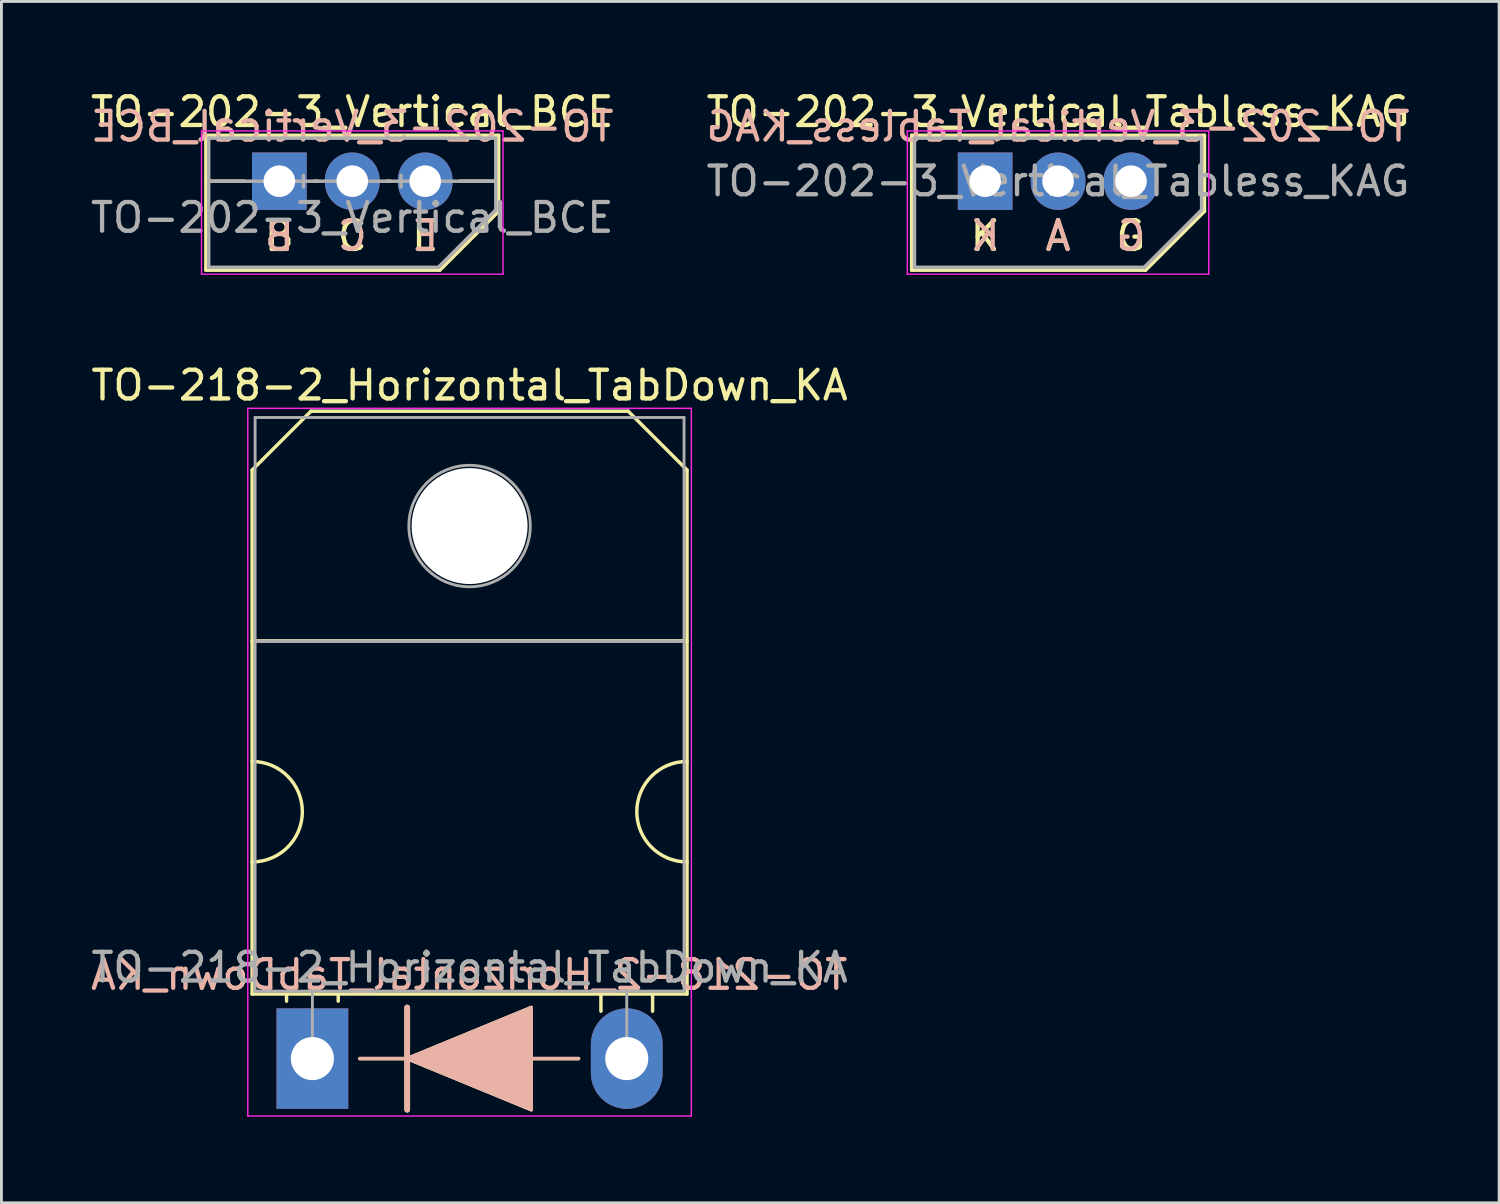
<source format=kicad_pcb>
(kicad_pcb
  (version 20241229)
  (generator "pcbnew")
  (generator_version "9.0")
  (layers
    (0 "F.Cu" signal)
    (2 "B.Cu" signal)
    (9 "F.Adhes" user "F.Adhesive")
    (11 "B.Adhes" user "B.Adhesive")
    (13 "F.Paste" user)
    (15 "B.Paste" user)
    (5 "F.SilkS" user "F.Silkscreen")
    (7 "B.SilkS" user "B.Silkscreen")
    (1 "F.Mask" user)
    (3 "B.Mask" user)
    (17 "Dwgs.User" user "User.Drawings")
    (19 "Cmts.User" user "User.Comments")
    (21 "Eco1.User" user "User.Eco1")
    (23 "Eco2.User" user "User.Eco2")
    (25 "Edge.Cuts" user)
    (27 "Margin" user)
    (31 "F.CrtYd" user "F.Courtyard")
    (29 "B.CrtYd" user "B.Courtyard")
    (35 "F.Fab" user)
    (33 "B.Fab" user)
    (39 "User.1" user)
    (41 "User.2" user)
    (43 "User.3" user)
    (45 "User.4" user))
  (footprint "TO-202-3_Vertical_Tabless_KAG"
    (layer "F.Cu")
    (at 31.264 3.261)
    (property "Reference" "TO-202-3_Vertical_Tabless_KAG" (at 2.54 -2.413 0) (layer "F.SilkS") (effects (font (size 1 1) (thickness 0.15))))
    (fp_line (start -2.56 -1.6) (end 7.64 -1.6) (stroke (width 0.12) (type solid)) (layer "F.SilkS"))
    (fp_line (start -2.56 3.1) (end -2.56 -1.6) (stroke (width 0.12) (type solid)) (layer "F.SilkS"))
    (fp_line (start 5.59 3.1) (end -2.56 3.1) (stroke (width 0.12) (type solid)) (layer "F.SilkS"))
    (fp_line (start 7.64 -1.6) (end 7.64 1.05) (stroke (width 0.12) (type solid)) (layer "F.SilkS"))
    (fp_line (start 7.64 1.05) (end 5.59 3.1) (stroke (width 0.12) (type solid)) (layer "F.SilkS"))
    (fp_line (start -2.71 -1.749) (end -2.71 3.239) (stroke (width 0.05) (type solid)) (layer "F.CrtYd"))
    (fp_line (start -2.71 3.239) (end 7.79 3.239) (stroke (width 0.05) (type solid)) (layer "F.CrtYd"))
    (fp_line (start 7.79 -1.749) (end -2.71 -1.749) (stroke (width 0.05) (type solid)) (layer "F.CrtYd"))
    (fp_line (start 7.79 3.239) (end 7.79 -1.749) (stroke (width 0.05) (type solid)) (layer "F.CrtYd"))
    (fp_line (start -2.46 -1.5) (end -2.46 3) (stroke (width 0.12) (type solid)) (layer "F.Fab"))
    (fp_line (start -2.46 -1.5) (end 7.54 -1.5) (stroke (width 0.12) (type solid)) (layer "F.Fab"))
    (fp_line (start -2.46 3) (end 5.54 3) (stroke (width 0.12) (type solid)) (layer "F.Fab"))
    (fp_line (start 7.54 -1.5) (end 7.54 1) (stroke (width 0.12) (type solid)) (layer "F.Fab"))
    (fp_line (start 7.54 1) (end 5.54 3) (stroke (width 0.12) (type solid)) (layer "F.Fab"))
    (fp_text user "K" (at 0 1.905 0) (unlocked yes) (layer "F.SilkS") (effects (font (size 1 1) (thickness 0.15))))
    (fp_text user "A" (at 2.54 1.905 0) (unlocked yes) (layer "F.SilkS") (effects (font (size 1 1) (thickness 0.15))))
    (fp_text user "G" (at 5.08 1.905 0) (unlocked yes) (layer "F.SilkS") (effects (font (size 1 1) (thickness 0.15))))
    (fp_text user "G" (at 5.08 1.905 0) (unlocked yes) (layer "B.SilkS") (effects (font (size 1 1) (thickness 0.15)) (justify mirror)))
    (fp_text user "${REFERENCE}" (at 2.54 -1.905 0) (layer "B.SilkS") (effects (font (size 1 1) (thickness 0.15)) (justify mirror)))
    (fp_text user "A" (at 2.54 1.905 0) (unlocked yes) (layer "B.SilkS") (effects (font (size 1 1) (thickness 0.15)) (justify mirror)))
    (fp_text user "K" (at 0 1.905 0) (unlocked yes) (layer "B.SilkS") (effects (font (size 1 1) (thickness 0.15)) (justify mirror)))
    (fp_text user "${REFERENCE}" (at 2.54 0 0) (layer "F.Fab") (effects (font (size 1 1) (thickness 0.15))))
    (pad "1" thru_hole rect (at 0 0) (size 1.905 2) (drill 1.1) (layers "*.Cu" "*.Mask"))
    (pad "2" thru_hole oval (at 2.54 0) (size 1.905 2) (drill 1.1) (layers "*.Cu" "*.Mask"))
    (pad "3" thru_hole oval (at 5.08 0) (size 1.905 2) (drill 1.1) (layers "*.Cu" "*.Mask")))
  (footprint "TO-202-3_Vertical_BCE"
    (layer "F.Cu")
    (at 6.68 3.261)
    (property "Reference" "TO-202-3_Vertical_BCE" (at 2.54 -2.413 0) (layer "F.SilkS") (effects (font (size 1 1) (thickness 0.15))))
    (attr through_hole)
    (fp_line (start -2.56 -1.6) (end 7.64 -1.6) (stroke (width 0.12) (type solid)) (layer "F.SilkS"))
    (fp_line (start -2.56 3.1) (end -2.56 -1.6) (stroke (width 0.12) (type solid)) (layer "F.SilkS"))
    (fp_line (start -1.206 0) (end -2.54 0) (stroke (width 0.12) (type solid)) (layer "F.SilkS"))
    (fp_line (start 1.333 0) (end 1.206 0) (stroke (width 0.12) (type solid)) (layer "F.SilkS"))
    (fp_line (start 3.747 0) (end 3.873 0) (stroke (width 0.12) (type solid)) (layer "F.SilkS"))
    (fp_line (start 5.59 3.1) (end -2.56 3.1) (stroke (width 0.12) (type solid)) (layer "F.SilkS"))
    (fp_line (start 6.287 0) (end 7.62 0) (stroke (width 0.12) (type solid)) (layer "F.SilkS"))
    (fp_line (start 7.64 -1.6) (end 7.64 1.05) (stroke (width 0.12) (type solid)) (layer "F.SilkS"))
    (fp_line (start 7.64 1.05) (end 5.59 3.1) (stroke (width 0.12) (type solid)) (layer "F.SilkS"))
    (fp_line (start -2.71 -1.749) (end -2.71 3.239) (stroke (width 0.05) (type solid)) (layer "F.CrtYd"))
    (fp_line (start -2.71 3.239) (end 7.79 3.239) (stroke (width 0.05) (type solid)) (layer "F.CrtYd"))
    (fp_line (start 7.79 -1.749) (end -2.71 -1.749) (stroke (width 0.05) (type solid)) (layer "F.CrtYd"))
    (fp_line (start 7.79 3.239) (end 7.79 -1.749) (stroke (width 0.05) (type solid)) (layer "F.CrtYd"))
    (fp_line (start -2.46 -1.5) (end -2.46 3) (stroke (width 0.12) (type solid)) (layer "F.Fab"))
    (fp_line (start -2.46 -1.5) (end 7.54 -1.5) (stroke (width 0.12) (type solid)) (layer "F.Fab"))
    (fp_line (start -2.46 3) (end 5.54 3) (stroke (width 0.12) (type solid)) (layer "F.Fab"))
    (fp_line (start 0.84 -0.2) (end 0.84 0.2) (stroke (width 0.12) (type solid)) (layer "F.Fab"))
    (fp_line (start 4.24 -0.2) (end 4.24 0.2) (stroke (width 0.12) (type solid)) (layer "F.Fab"))
    (fp_line (start 7.54 -1.5) (end 7.54 1) (stroke (width 0.12) (type solid)) (layer "F.Fab"))
    (fp_line (start 7.54 0) (end -2.46 0) (stroke (width 0.12) (type solid)) (layer "F.Fab"))
    (fp_line (start 7.54 1) (end 5.54 3) (stroke (width 0.12) (type solid)) (layer "F.Fab"))
    (fp_text user "E" (at 5.08 1.905 0) (unlocked yes) (layer "F.SilkS") (effects (font (size 1 1) (thickness 0.15))))
    (fp_text user "B" (at 0 1.905 0) (unlocked yes) (layer "F.SilkS") (effects (font (size 1 1) (thickness 0.15))))
    (fp_text user "C" (at 2.54 1.905 0) (unlocked yes) (layer "F.SilkS") (effects (font (size 1 1) (thickness 0.15))))
    (fp_text user "B" (at 0 1.905 0) (unlocked yes) (layer "B.SilkS") (effects (font (size 1 1) (thickness 0.15)) (justify mirror)))
    (fp_text user "E" (at 5.08 1.905 0) (unlocked yes) (layer "B.SilkS") (effects (font (size 1 1) (thickness 0.15)) (justify mirror)))
    (fp_text user "${REFERENCE}" (at 2.54 -1.905 0) (layer "B.SilkS") (effects (font (size 1 1) (thickness 0.15)) (justify mirror)))
    (fp_text user "C" (at 2.54 1.905 0) (unlocked yes) (layer "B.SilkS") (effects (font (size 1 1) (thickness 0.15)) (justify mirror)))
    (fp_text user "${REFERENCE}" (at 2.54 1.27 0) (layer "F.Fab") (effects (font (size 1 1) (thickness 0.15))))
    (pad "1" thru_hole rect (at 0 0) (size 1.905 2) (drill 1.1) (layers "*.Cu" "*.Mask"))
    (pad "2" thru_hole oval (at 2.54 0) (size 1.905 2) (drill 1.1) (layers "*.Cu" "*.Mask"))
    (pad "3" thru_hole oval (at 5.08 0) (size 1.905 2) (drill 1.1) (layers "*.Cu" "*.Mask")))
  (footprint "TO-218-2_Horizontal_TabDown_KA"
    (layer "F.Cu")
    (at 7.831 33.823)
    (property "Reference" "TO-218-2_Horizontal_TabDown_KA" (at 5.475 -23.45 0) (layer "F.SilkS") (effects (font (size 1 1) (thickness 0.15))))
    (fp_line (start -2.1 -20.5) (end -0.05 -22.55) (stroke (width 0.12) (type solid)) (layer "F.SilkS"))
    (fp_line (start -2.1 -14.55) (end 13.05 -14.55) (stroke (width 0.12) (type solid)) (layer "F.SilkS"))
    (fp_line (start -2.1 -2.25) (end -2.1 -20.5) (stroke (width 0.12) (type solid)) (layer "F.SilkS"))
    (fp_line (start -0.9 -2.2) (end -0.9 -2) (stroke (width 0.12) (type solid)) (layer "F.SilkS"))
    (fp_line (start -0.05 -22.55) (end 11 -22.55) (stroke (width 0.12) (type solid)) (layer "F.SilkS"))
    (fp_line (start 0.9 -2.2) (end 0.9 -2) (stroke (width 0.12) (type solid)) (layer "F.SilkS"))
    (fp_line (start 1.651 0) (end 3.302 0) (stroke (width 0.12) (type solid)) (layer "F.SilkS"))
    (fp_line (start 3.302 0) (end 3.302 -1.778) (stroke (width 0.2) (type solid)) (layer "F.SilkS"))
    (fp_line (start 3.302 0) (end 7.62 -1.778) (stroke (width 0.12) (type solid)) (layer "F.SilkS"))
    (fp_line (start 3.302 1.778) (end 3.302 0) (stroke (width 0.2) (type solid)) (layer "F.SilkS"))
    (fp_line (start 7.62 -1.778) (end 7.62 1.778) (stroke (width 0.12) (type solid)) (layer "F.SilkS"))
    (fp_line (start 7.62 0) (end 9.271 0) (stroke (width 0.12) (type solid)) (layer "F.SilkS"))
    (fp_line (start 7.62 1.778) (end 3.302 0) (stroke (width 0.12) (type solid)) (layer "F.SilkS"))
    (fp_line (start 10.05 -2.2) (end 10.05 -1.65) (stroke (width 0.12) (type solid)) (layer "F.SilkS"))
    (fp_line (start 11.85 -2.2) (end 11.85 -1.65) (stroke (width 0.12) (type solid)) (layer "F.SilkS"))
    (fp_line (start 13.05 -20.5) (end 11 -22.55) (stroke (width 0.12) (type solid)) (layer "F.SilkS"))
    (fp_line (start 13.05 -20.5) (end 13.05 -2.25) (stroke (width 0.12) (type solid)) (layer "F.SilkS"))
    (fp_line (start 13.05 -2.25) (end -2.1 -2.25) (stroke (width 0.12) (type solid)) (layer "F.SilkS"))
    (fp_arc (start -2.1 -10.35) (mid -0.35 -8.6) (end -2.1 -6.85) (stroke (width 0.12) (type solid)) (layer "F.SilkS"))
    (fp_arc (start 13.05 -6.85) (mid 11.3 -8.6) (end 13.05 -10.35) (stroke (width 0.12) (type solid)) (layer "F.SilkS"))
    (fp_poly (pts (xy 7.62 1.778) (xy 3.302 0) (xy 7.62 -1.778)) (stroke (width 0.1) (type solid)) (fill yes) (layer "F.SilkS"))
    (fp_line (start 1.651 0) (end 3.302 0) (stroke (width 0.12) (type solid)) (layer "B.SilkS"))
    (fp_line (start 3.302 -1.778) (end 3.302 0) (stroke (width 0.2) (type solid)) (layer "B.SilkS"))
    (fp_line (start 3.302 0) (end 3.302 1.778) (stroke (width 0.2) (type solid)) (layer "B.SilkS"))
    (fp_line (start 3.302 0) (end 7.62 1.778) (stroke (width 0.12) (type solid)) (layer "B.SilkS"))
    (fp_line (start 7.62 -1.778) (end 3.302 0) (stroke (width 0.12) (type solid)) (layer "B.SilkS"))
    (fp_line (start 7.62 0) (end 9.271 0) (stroke (width 0.12) (type solid)) (layer "B.SilkS"))
    (fp_line (start 7.62 1.778) (end 7.62 -1.778) (stroke (width 0.12) (type solid)) (layer "B.SilkS"))
    (fp_poly (pts (xy 7.62 -1.778) (xy 3.302 0) (xy 7.62 1.778)) (stroke (width 0.1) (type solid)) (fill yes) (layer "B.SilkS"))
    (fp_line (start -2.25 -22.65) (end -2.25 2) (stroke (width 0.05) (type solid)) (layer "F.CrtYd"))
    (fp_line (start -2.25 2) (end 13.2 2) (stroke (width 0.05) (type solid)) (layer "F.CrtYd"))
    (fp_line (start 13.2 -22.65) (end -2.25 -22.65) (stroke (width 0.05) (type solid)) (layer "F.CrtYd"))
    (fp_line (start 13.2 2) (end 13.2 -22.65) (stroke (width 0.05) (type solid)) (layer "F.CrtYd"))
    (fp_line (start -1.995 -22.33) (end 12.945 -22.33) (stroke (width 0.1) (type solid)) (layer "F.Fab"))
    (fp_line (start -1.995 -14.54) (end -1.995 -22.33) (stroke (width 0.1) (type solid)) (layer "F.Fab"))
    (fp_line (start -1.995 -14.54) (end 12.945 -14.54) (stroke (width 0.1) (type solid)) (layer "F.Fab"))
    (fp_line (start -1.995 -2.35) (end -1.995 -14.54) (stroke (width 0.1) (type solid)) (layer "F.Fab"))
    (fp_line (start 0 -2.35) (end 0 0) (stroke (width 0.1) (type solid)) (layer "F.Fab"))
    (fp_line (start 10.95 -2.35) (end 10.95 0) (stroke (width 0.1) (type solid)) (layer "F.Fab"))
    (fp_line (start 12.945 -22.33) (end 12.945 -14.54) (stroke (width 0.1) (type solid)) (layer "F.Fab"))
    (fp_line (start 12.945 -14.54) (end -1.995 -14.54) (stroke (width 0.1) (type solid)) (layer "F.Fab"))
    (fp_line (start 12.945 -14.54) (end 12.945 -2.35) (stroke (width 0.1) (type solid)) (layer "F.Fab"))
    (fp_line (start 12.945 -2.35) (end -1.995 -2.35) (stroke (width 0.1) (type solid)) (layer "F.Fab"))
    (fp_circle (center 5.475 -18.55) (end 7.59 -18.55) (stroke (width 0.1) (type solid)) (fill no) (layer "F.Fab"))
    (fp_text user "${REFERENCE}" (at 5.461 -2.921 0) (layer "B.SilkS") (effects (font (size 1 1) (thickness 0.15)) (justify mirror)))
    (fp_text user "${REFERENCE}" (at 5.475 -3.175 0) (layer "F.Fab") (effects (font (size 1 1) (thickness 0.15))))
    (pad "" np_thru_hole oval (at 5.475 -18.55) (size 4.04 4.04) (drill 4.04) (layers "*.Cu" "*.Mask"))
    (pad "1" thru_hole rect (at 0 0) (size 2.5 3.5) (drill 1.5) (layers "*.Cu" "*.Mask"))
    (pad "2" thru_hole oval (at 10.95 0) (size 2.5 3.5) (drill 1.5) (layers "*.Cu" "*.Mask")))
  (gr_rect
    (start -3 -3)
    (end 49.167 38.848)
    (stroke (width 0.1) (type default))
    (fill no)
    (layer "Edge.Cuts")))
</source>
